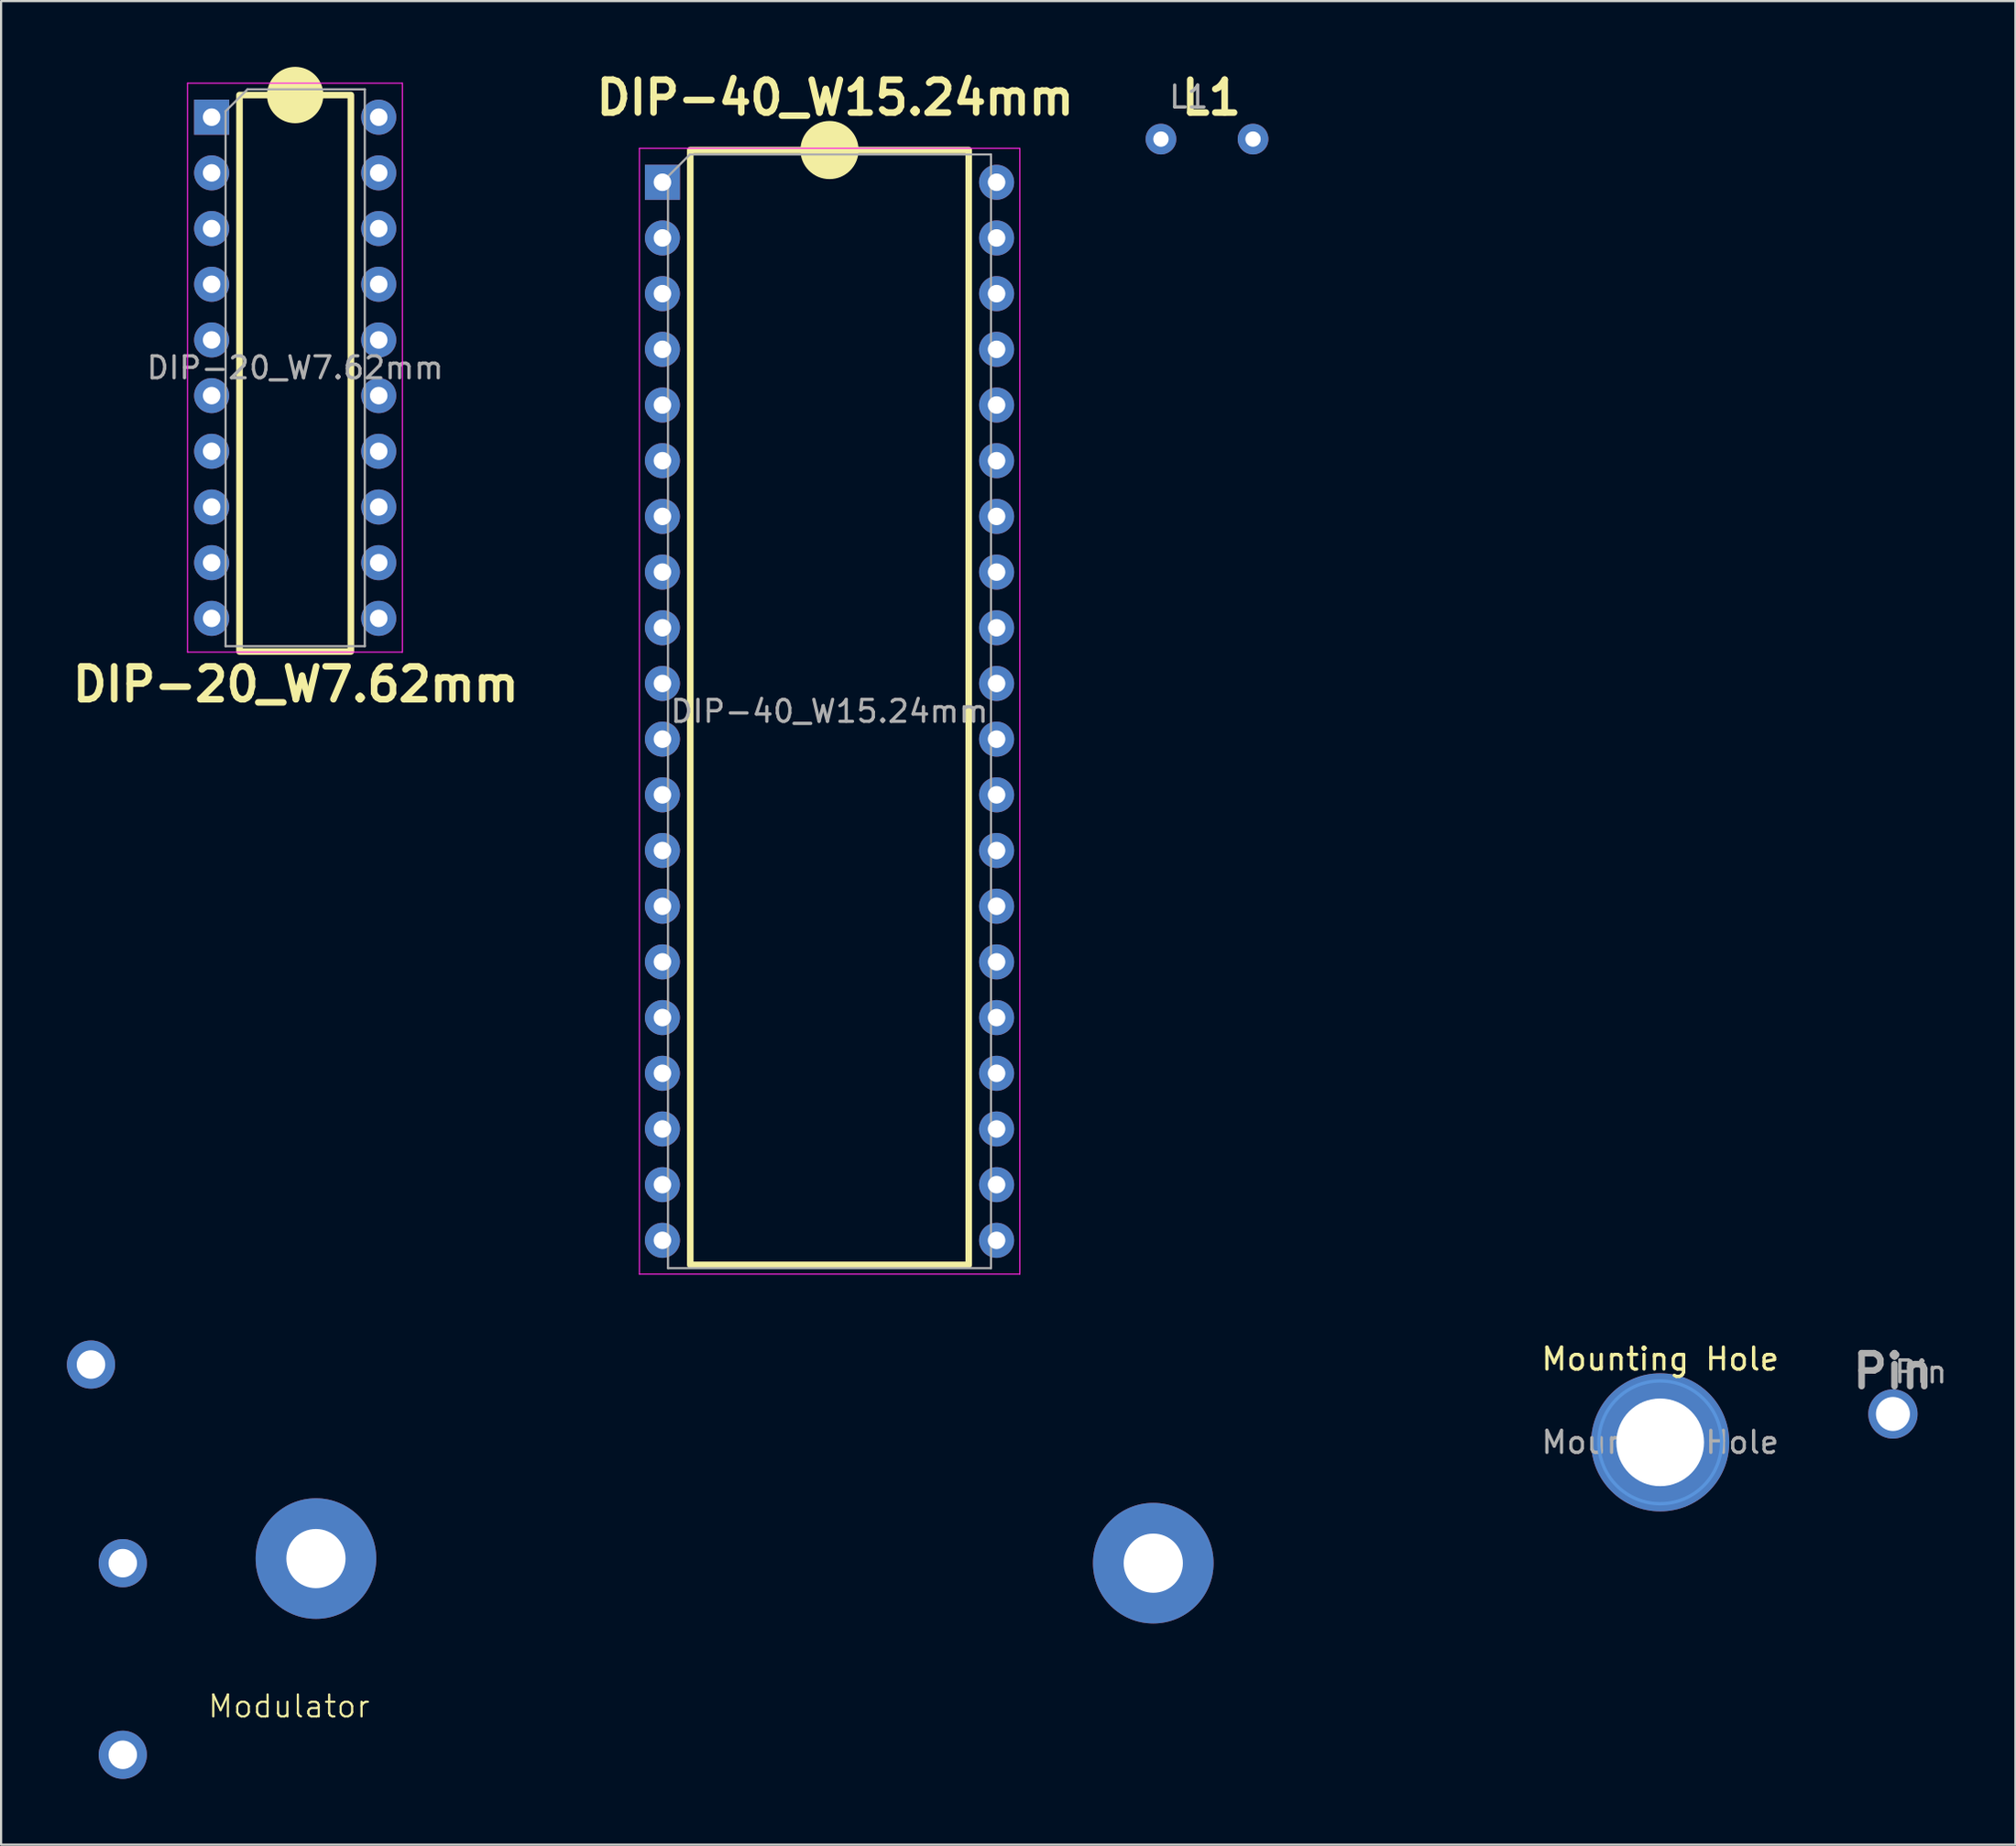
<source format=kicad_pcb>
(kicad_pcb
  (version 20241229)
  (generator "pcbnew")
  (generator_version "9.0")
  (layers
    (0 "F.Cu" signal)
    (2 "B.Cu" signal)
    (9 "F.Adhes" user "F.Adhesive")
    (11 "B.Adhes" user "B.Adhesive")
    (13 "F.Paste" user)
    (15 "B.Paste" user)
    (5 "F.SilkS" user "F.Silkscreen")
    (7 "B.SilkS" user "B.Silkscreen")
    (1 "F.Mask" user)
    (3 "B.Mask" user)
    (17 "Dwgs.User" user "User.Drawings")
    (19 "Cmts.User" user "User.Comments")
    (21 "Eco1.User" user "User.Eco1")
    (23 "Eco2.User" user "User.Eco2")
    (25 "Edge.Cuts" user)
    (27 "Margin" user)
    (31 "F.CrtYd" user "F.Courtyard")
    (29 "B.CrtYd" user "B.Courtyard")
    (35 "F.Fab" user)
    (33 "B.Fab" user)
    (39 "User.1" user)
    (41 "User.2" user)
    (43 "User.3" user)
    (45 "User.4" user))
  (footprint "DIP-20_W7.62mm"
    (layer "F.Cu")
    (at 6.623 2.345)
    (property "Reference" "DIP-20_W7.62mm" (at 3.82 25.82 0) (layer "F.SilkS") (effects (font (size 1.5 1.5) (thickness 0.3) (bold yes))))
    (attr through_hole)
    (fp_rect (start 1.25 -1.06) (end 6.33 24.32) (stroke (width 0.3) (type default)) (fill no) (layer "F.SilkS"))
    (fp_circle (center 3.79 -1.06) (end 4.925 -1.06) (stroke (width 0.3) (type solid)) (fill yes) (layer "F.SilkS"))
    (fp_line (start -1.12 -1.6) (end -1.12 24.35) (stroke (width 0.05) (type solid)) (layer "F.CrtYd"))
    (fp_line (start -1.12 24.35) (end 8.68 24.35) (stroke (width 0.05) (type solid)) (layer "F.CrtYd"))
    (fp_line (start 8.68 -1.6) (end -1.12 -1.6) (stroke (width 0.05) (type solid)) (layer "F.CrtYd"))
    (fp_line (start 8.68 24.35) (end 8.68 -1.6) (stroke (width 0.05) (type solid)) (layer "F.CrtYd"))
    (fp_line (start 0.615 -0.32) (end 1.615 -1.32) (stroke (width 0.1) (type solid)) (layer "F.Fab"))
    (fp_line (start 0.615 24.08) (end 0.615 -0.32) (stroke (width 0.1) (type solid)) (layer "F.Fab"))
    (fp_line (start 1.615 -1.32) (end 6.965 -1.32) (stroke (width 0.1) (type solid)) (layer "F.Fab"))
    (fp_line (start 6.965 -1.32) (end 6.965 24.08) (stroke (width 0.1) (type solid)) (layer "F.Fab"))
    (fp_line (start 6.965 24.08) (end 0.615 24.08) (stroke (width 0.1) (type solid)) (layer "F.Fab"))
    (fp_text user "${REFERENCE}" (at 3.79 11.38 0) (layer "F.Fab") (effects (font (size 1 1) (thickness 0.15))))
    (pad "1" thru_hole rect (at -0.02 -0.05) (size 1.6 1.6) (drill 0.8) (layers "*.Cu" "*.Mask"))
    (pad "2" thru_hole oval (at -0.02 2.49) (size 1.6 1.6) (drill 0.8) (layers "*.Cu" "*.Mask"))
    (pad "3" thru_hole oval (at -0.02 5.03) (size 1.6 1.6) (drill 0.8) (layers "*.Cu" "*.Mask"))
    (pad "4" thru_hole oval (at -0.02 7.57) (size 1.6 1.6) (drill 0.8) (layers "*.Cu" "*.Mask"))
    (pad "5" thru_hole oval (at -0.02 10.11) (size 1.6 1.6) (drill 0.8) (layers "*.Cu" "*.Mask"))
    (pad "6" thru_hole oval (at -0.02 12.65) (size 1.6 1.6) (drill 0.8) (layers "*.Cu" "*.Mask"))
    (pad "7" thru_hole oval (at -0.02 15.19) (size 1.6 1.6) (drill 0.8) (layers "*.Cu" "*.Mask"))
    (pad "8" thru_hole oval (at -0.02 17.73) (size 1.6 1.6) (drill 0.8) (layers "*.Cu" "*.Mask"))
    (pad "9" thru_hole oval (at -0.02 20.27) (size 1.6 1.6) (drill 0.8) (layers "*.Cu" "*.Mask"))
    (pad "10" thru_hole oval (at -0.02 22.81) (size 1.6 1.6) (drill 0.8) (layers "*.Cu" "*.Mask"))
    (pad "11" thru_hole oval (at 7.6 22.81) (size 1.6 1.6) (drill 0.8) (layers "*.Cu" "*.Mask"))
    (pad "12" thru_hole oval (at 7.6 20.27) (size 1.6 1.6) (drill 0.8) (layers "*.Cu" "*.Mask"))
    (pad "13" thru_hole oval (at 7.6 17.73) (size 1.6 1.6) (drill 0.8) (layers "*.Cu" "*.Mask"))
    (pad "14" thru_hole oval (at 7.6 15.19) (size 1.6 1.6) (drill 0.8) (layers "*.Cu" "*.Mask"))
    (pad "15" thru_hole oval (at 7.6 12.65) (size 1.6 1.6) (drill 0.8) (layers "*.Cu" "*.Mask"))
    (pad "16" thru_hole oval (at 7.6 10.11) (size 1.6 1.6) (drill 0.8) (layers "*.Cu" "*.Mask"))
    (pad "17" thru_hole oval (at 7.6 7.57) (size 1.6 1.6) (drill 0.8) (layers "*.Cu" "*.Mask"))
    (pad "18" thru_hole oval (at 7.6 5.03) (size 1.6 1.6) (drill 0.8) (layers "*.Cu" "*.Mask"))
    (pad "19" thru_hole oval (at 7.6 2.49) (size 1.6 1.6) (drill 0.8) (layers "*.Cu" "*.Mask"))
    (pad "20" thru_hole oval (at 7.6 -0.05) (size 1.6 1.6) (drill 0.8) (layers "*.Cu" "*.Mask")))
  (footprint "Modulator"
    (layer "F.Cu")
    (at 2.54 68.079)
    (property "Reference" "Modulator" (at 7.59 6.7 0) (unlocked yes) (layer "F.SilkS") (effects (font (size 1 1) (thickness 0.1))))
    (attr through_hole)
    (pad "1" thru_hole circle (at 0.01 0.17 270) (size 2.2 2.2) (drill 1.3) (layers "*.Cu" "*.Mask"))
    (pad "2" thru_hole circle (at 0.01 8.91 270) (size 2.2 2.2) (drill 1.3) (layers "*.Cu" "*.Mask"))
    (pad "3" thru_hole circle (at -1.44 -8.89 270) (size 2.2 2.2) (drill 1.3) (layers "*.Cu" "*.Mask"))
    (pad "3" thru_hole circle (at 8.82 -0.04 270) (size 5.5 5.5) (drill 2.7) (layers "*.Cu" "*.Mask"))
    (pad "3" thru_hole circle (at 47.01 0.17 270) (size 5.5 5.5) (drill 2.7) (layers "*.Cu" "*.Mask")))
  (footprint "DIP-40_W15.24mm"
    (layer "F.Cu")
    (at 27.153 5.314)
    (property "Reference" "DIP-40_W15.24mm" (at 7.89 -3.91 0) (layer "F.SilkS") (effects (font (size 1.5 1.5) (thickness 0.3) (bold yes))))
    (attr through_hole)
    (fp_rect (start 1.28 -1.52) (end 13.98 49.33) (stroke (width 0.3) (type default)) (fill no) (layer "F.SilkS"))
    (fp_circle (center 7.63 -1.52) (end 8.806 -1.52) (stroke (width 0.3) (type solid)) (fill yes) (layer "F.SilkS"))
    (fp_line (start -1.04 -1.6) (end -1.04 49.75) (stroke (width 0.05) (type solid)) (layer "F.CrtYd"))
    (fp_line (start -1.04 49.75) (end 16.31 49.75) (stroke (width 0.05) (type solid)) (layer "F.CrtYd"))
    (fp_line (start 16.31 -1.6) (end -1.04 -1.6) (stroke (width 0.05) (type solid)) (layer "F.CrtYd"))
    (fp_line (start 16.31 49.75) (end 16.31 -1.6) (stroke (width 0.05) (type solid)) (layer "F.CrtYd"))
    (fp_line (start 0.265 -0.32) (end 1.265 -1.32) (stroke (width 0.1) (type solid)) (layer "F.Fab"))
    (fp_line (start 0.265 49.48) (end 0.265 -0.32) (stroke (width 0.1) (type solid)) (layer "F.Fab"))
    (fp_line (start 1.265 -1.32) (end 14.995 -1.32) (stroke (width 0.1) (type solid)) (layer "F.Fab"))
    (fp_line (start 14.995 -1.32) (end 14.995 49.48) (stroke (width 0.1) (type solid)) (layer "F.Fab"))
    (fp_line (start 14.995 49.48) (end 0.265 49.48) (stroke (width 0.1) (type solid)) (layer "F.Fab"))
    (fp_text user "${REFERENCE}" (at 7.63 24.08 0) (layer "F.Fab") (effects (font (size 1 1) (thickness 0.15))))
    (pad "1" thru_hole rect (at 0.01 -0.05) (size 1.6 1.6) (drill 0.8) (layers "*.Cu" "*.Mask"))
    (pad "2" thru_hole oval (at 0.01 2.49) (size 1.6 1.6) (drill 0.8) (layers "*.Cu" "*.Mask"))
    (pad "3" thru_hole oval (at 0.01 5.03) (size 1.6 1.6) (drill 0.8) (layers "*.Cu" "*.Mask"))
    (pad "4" thru_hole oval (at 0.01 7.57) (size 1.6 1.6) (drill 0.8) (layers "*.Cu" "*.Mask"))
    (pad "5" thru_hole oval (at 0.01 10.11) (size 1.6 1.6) (drill 0.8) (layers "*.Cu" "*.Mask"))
    (pad "6" thru_hole oval (at 0.01 12.65) (size 1.6 1.6) (drill 0.8) (layers "*.Cu" "*.Mask"))
    (pad "7" thru_hole oval (at 0.01 15.19) (size 1.6 1.6) (drill 0.8) (layers "*.Cu" "*.Mask"))
    (pad "8" thru_hole oval (at 0.01 17.73) (size 1.6 1.6) (drill 0.8) (layers "*.Cu" "*.Mask"))
    (pad "9" thru_hole oval (at 0.01 20.27) (size 1.6 1.6) (drill 0.8) (layers "*.Cu" "*.Mask"))
    (pad "10" thru_hole oval (at 0.01 22.81) (size 1.6 1.6) (drill 0.8) (layers "*.Cu" "*.Mask"))
    (pad "11" thru_hole oval (at 0.01 25.35) (size 1.6 1.6) (drill 0.8) (layers "*.Cu" "*.Mask"))
    (pad "12" thru_hole oval (at 0.01 27.89) (size 1.6 1.6) (drill 0.8) (layers "*.Cu" "*.Mask"))
    (pad "13" thru_hole oval (at 0.01 30.43) (size 1.6 1.6) (drill 0.8) (layers "*.Cu" "*.Mask"))
    (pad "14" thru_hole oval (at 0.01 32.97) (size 1.6 1.6) (drill 0.8) (layers "*.Cu" "*.Mask"))
    (pad "15" thru_hole oval (at 0.01 35.51) (size 1.6 1.6) (drill 0.8) (layers "*.Cu" "*.Mask"))
    (pad "16" thru_hole oval (at 0.01 38.05) (size 1.6 1.6) (drill 0.8) (layers "*.Cu" "*.Mask"))
    (pad "17" thru_hole oval (at 0.01 40.59) (size 1.6 1.6) (drill 0.8) (layers "*.Cu" "*.Mask"))
    (pad "18" thru_hole oval (at 0.01 43.13) (size 1.6 1.6) (drill 0.8) (layers "*.Cu" "*.Mask"))
    (pad "19" thru_hole oval (at 0.01 45.67) (size 1.6 1.6) (drill 0.8) (layers "*.Cu" "*.Mask"))
    (pad "20" thru_hole oval (at 0.01 48.21) (size 1.6 1.6) (drill 0.8) (layers "*.Cu" "*.Mask"))
    (pad "21" thru_hole oval (at 15.25 48.21) (size 1.6 1.6) (drill 0.8) (layers "*.Cu" "*.Mask"))
    (pad "22" thru_hole oval (at 15.25 45.67) (size 1.6 1.6) (drill 0.8) (layers "*.Cu" "*.Mask"))
    (pad "23" thru_hole oval (at 15.25 43.13) (size 1.6 1.6) (drill 0.8) (layers "*.Cu" "*.Mask"))
    (pad "24" thru_hole oval (at 15.25 40.59) (size 1.6 1.6) (drill 0.8) (layers "*.Cu" "*.Mask"))
    (pad "25" thru_hole oval (at 15.25 38.05) (size 1.6 1.6) (drill 0.8) (layers "*.Cu" "*.Mask"))
    (pad "26" thru_hole oval (at 15.25 35.51) (size 1.6 1.6) (drill 0.8) (layers "*.Cu" "*.Mask"))
    (pad "27" thru_hole oval (at 15.25 32.97) (size 1.6 1.6) (drill 0.8) (layers "*.Cu" "*.Mask"))
    (pad "28" thru_hole oval (at 15.25 30.43) (size 1.6 1.6) (drill 0.8) (layers "*.Cu" "*.Mask"))
    (pad "29" thru_hole oval (at 15.25 27.89) (size 1.6 1.6) (drill 0.8) (layers "*.Cu" "*.Mask"))
    (pad "30" thru_hole oval (at 15.25 25.35) (size 1.6 1.6) (drill 0.8) (layers "*.Cu" "*.Mask"))
    (pad "31" thru_hole oval (at 15.25 22.81) (size 1.6 1.6) (drill 0.8) (layers "*.Cu" "*.Mask"))
    (pad "32" thru_hole oval (at 15.25 20.27) (size 1.6 1.6) (drill 0.8) (layers "*.Cu" "*.Mask"))
    (pad "33" thru_hole oval (at 15.25 17.73) (size 1.6 1.6) (drill 0.8) (layers "*.Cu" "*.Mask"))
    (pad "34" thru_hole oval (at 15.25 15.19) (size 1.6 1.6) (drill 0.8) (layers "*.Cu" "*.Mask"))
    (pad "35" thru_hole oval (at 15.25 12.65) (size 1.6 1.6) (drill 0.8) (layers "*.Cu" "*.Mask"))
    (pad "36" thru_hole oval (at 15.25 10.11) (size 1.6 1.6) (drill 0.8) (layers "*.Cu" "*.Mask"))
    (pad "37" thru_hole oval (at 15.25 7.57) (size 1.6 1.6) (drill 0.8) (layers "*.Cu" "*.Mask"))
    (pad "38" thru_hole oval (at 15.25 5.03) (size 1.6 1.6) (drill 0.8) (layers "*.Cu" "*.Mask"))
    (pad "39" thru_hole oval (at 15.25 2.49) (size 1.6 1.6) (drill 0.8) (layers "*.Cu" "*.Mask"))
    (pad "40" thru_hole oval (at 15.25 -0.05) (size 1.6 1.6) (drill 0.8) (layers "*.Cu" "*.Mask")))
  (footprint "Pin"
    (layer "F.Cu")
    (at 83.285 61.443)
    (property "Reference" "Pin" (at 0 -1.95 0) (layer "F.Fab") (effects (font (size 1.5 1.5) (thickness 0.3) (bold yes))))
    (attr through_hole)
    (fp_text user "${REFERENCE}" (at 1.27 -1.92 0) (layer "F.Fab") (effects (font (size 1 1) (thickness 0.15))))
    (pad "1" thru_hole circle (at 0 0) (size 2.25 2.25) (drill 1.55) (layers "*.Cu" "*.Mask")))
  (footprint "Mounting Hole"
    (layer "F.Cu")
    (at 55.55 61.117)
    (property "Reference" "Mounting Hole" (at 17.12 -2.18 0) (layer "F.SilkS") (effects (font (size 1 1) (thickness 0.15))))
    (attr exclude_from_pos_files exclude_from_bom)
    (fp_circle (center 17.12 1.62) (end 19.92 1.62) (stroke (width 0.15) (type solid)) (fill no) (layer "Cmts.User"))
    (fp_text user "${REFERENCE}" (at 17.12 1.62 0) (layer "F.Fab") (effects (font (size 1 1) (thickness 0.15))))
    (pad "1" thru_hole circle (at 17.12 1.62) (size 6.3 6.3) (drill 4) (layers "*.Cu" "*.Mask")))
  (footprint "L1"
    (layer "F.Cu")
    (at 49.9 3.294)
    (property "Reference" "L1" (at 2.3 -1.89 0) (layer "F.SilkS") (effects (font (size 1.5 1.5) (thickness 0.3) (bold yes))))
    (attr through_hole)
    (fp_text user "${REFERENCE}" (at 1.27 -1.92 0) (layer "F.Fab") (effects (font (size 1 1) (thickness 0.15))))
    (pad "1" thru_hole circle (at 0 0) (size 1.4 1.4) (drill 0.7) (layers "*.Cu" "*.Mask"))
    (pad "2" thru_hole oval (at 4.2 0) (size 1.4 1.4) (drill 0.7) (layers "*.Cu" "*.Mask")))
  (gr_rect
    (start -3 -3)
    (end 88.871 81.089)
    (stroke (width 0.1) (type default))
    (fill no)
    (layer "Edge.Cuts")))
</source>
